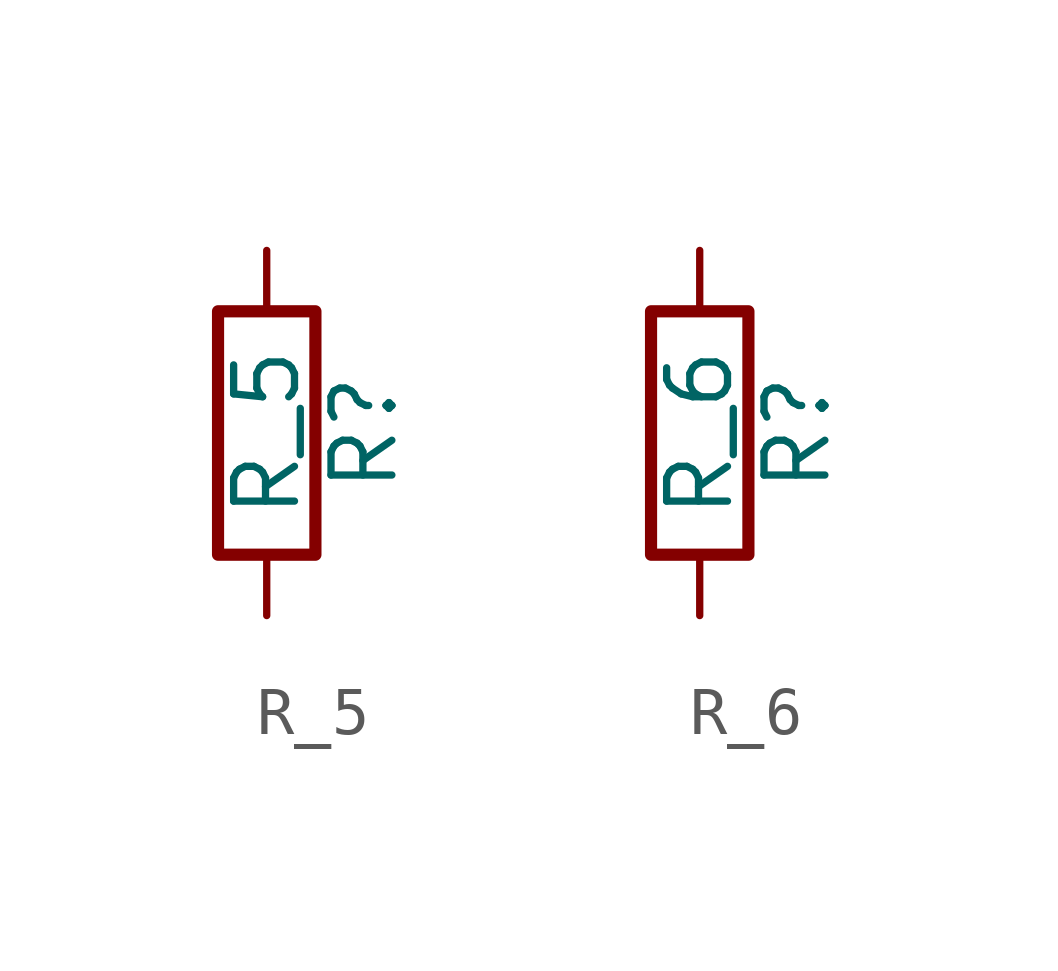
<source format=kicad_sym>
(kicad_symbol_lib
  (version 20231120)
  (generator "kicad_symbol_editor")
  (generator_version "8.0")
  (symbol "R_5"
    (pin_numbers hide)
    (pin_names
      (offset 0))
    (property "Reference" "R"
      (at 2.032 0 90)
      (effects (font (size 1.27 1.27))))
    (property "Value" "R_5"
      (at 0 0 90)
      (effects (font (size 1.27 1.27))))
    (symbol "R_5_0_1"
      (rectangle (start -1.016 -2.54) (end 1.016 2.54) (stroke (width 0.254) (type default)) (fill (type none))))
    (symbol "R_5_1_1"
      (pin passive line (at 0 3.81 270) (length 1.27) (name "~" (effects (font (size 1.27 1.27)))) (number "1" (effects (font (size 1.27 1.27)))))
      (pin passive line (at 0 -3.81 90) (length 1.27) (name "~" (effects (font (size 1.27 1.27)))) (number "2" (effects (font (size 1.27 1.27)))))))
  (symbol "R_6"
    (pin_numbers hide)
    (pin_names
      (offset 0))
    (property "Reference" "R"
      (at 2.032 0 90)
      (effects (font (size 1.27 1.27))))
    (property "Value" "R_6"
      (at 0 0 90)
      (effects (font (size 1.27 1.27))))
    (symbol "R_6_0_1"
      (rectangle (start -1.016 -2.54) (end 1.016 2.54) (stroke (width 0.254) (type default)) (fill (type none))))
    (symbol "R_6_1_1"
      (pin passive line (at 0 3.81 270) (length 1.27) (name "~" (effects (font (size 1.27 1.27)))) (number "1" (effects (font (size 1.27 1.27)))))
      (pin passive line (at 0 -3.81 90) (length 1.27) (name "~" (effects (font (size 1.27 1.27)))) (number "2" (effects (font (size 1.27 1.27))))))))
</source>
